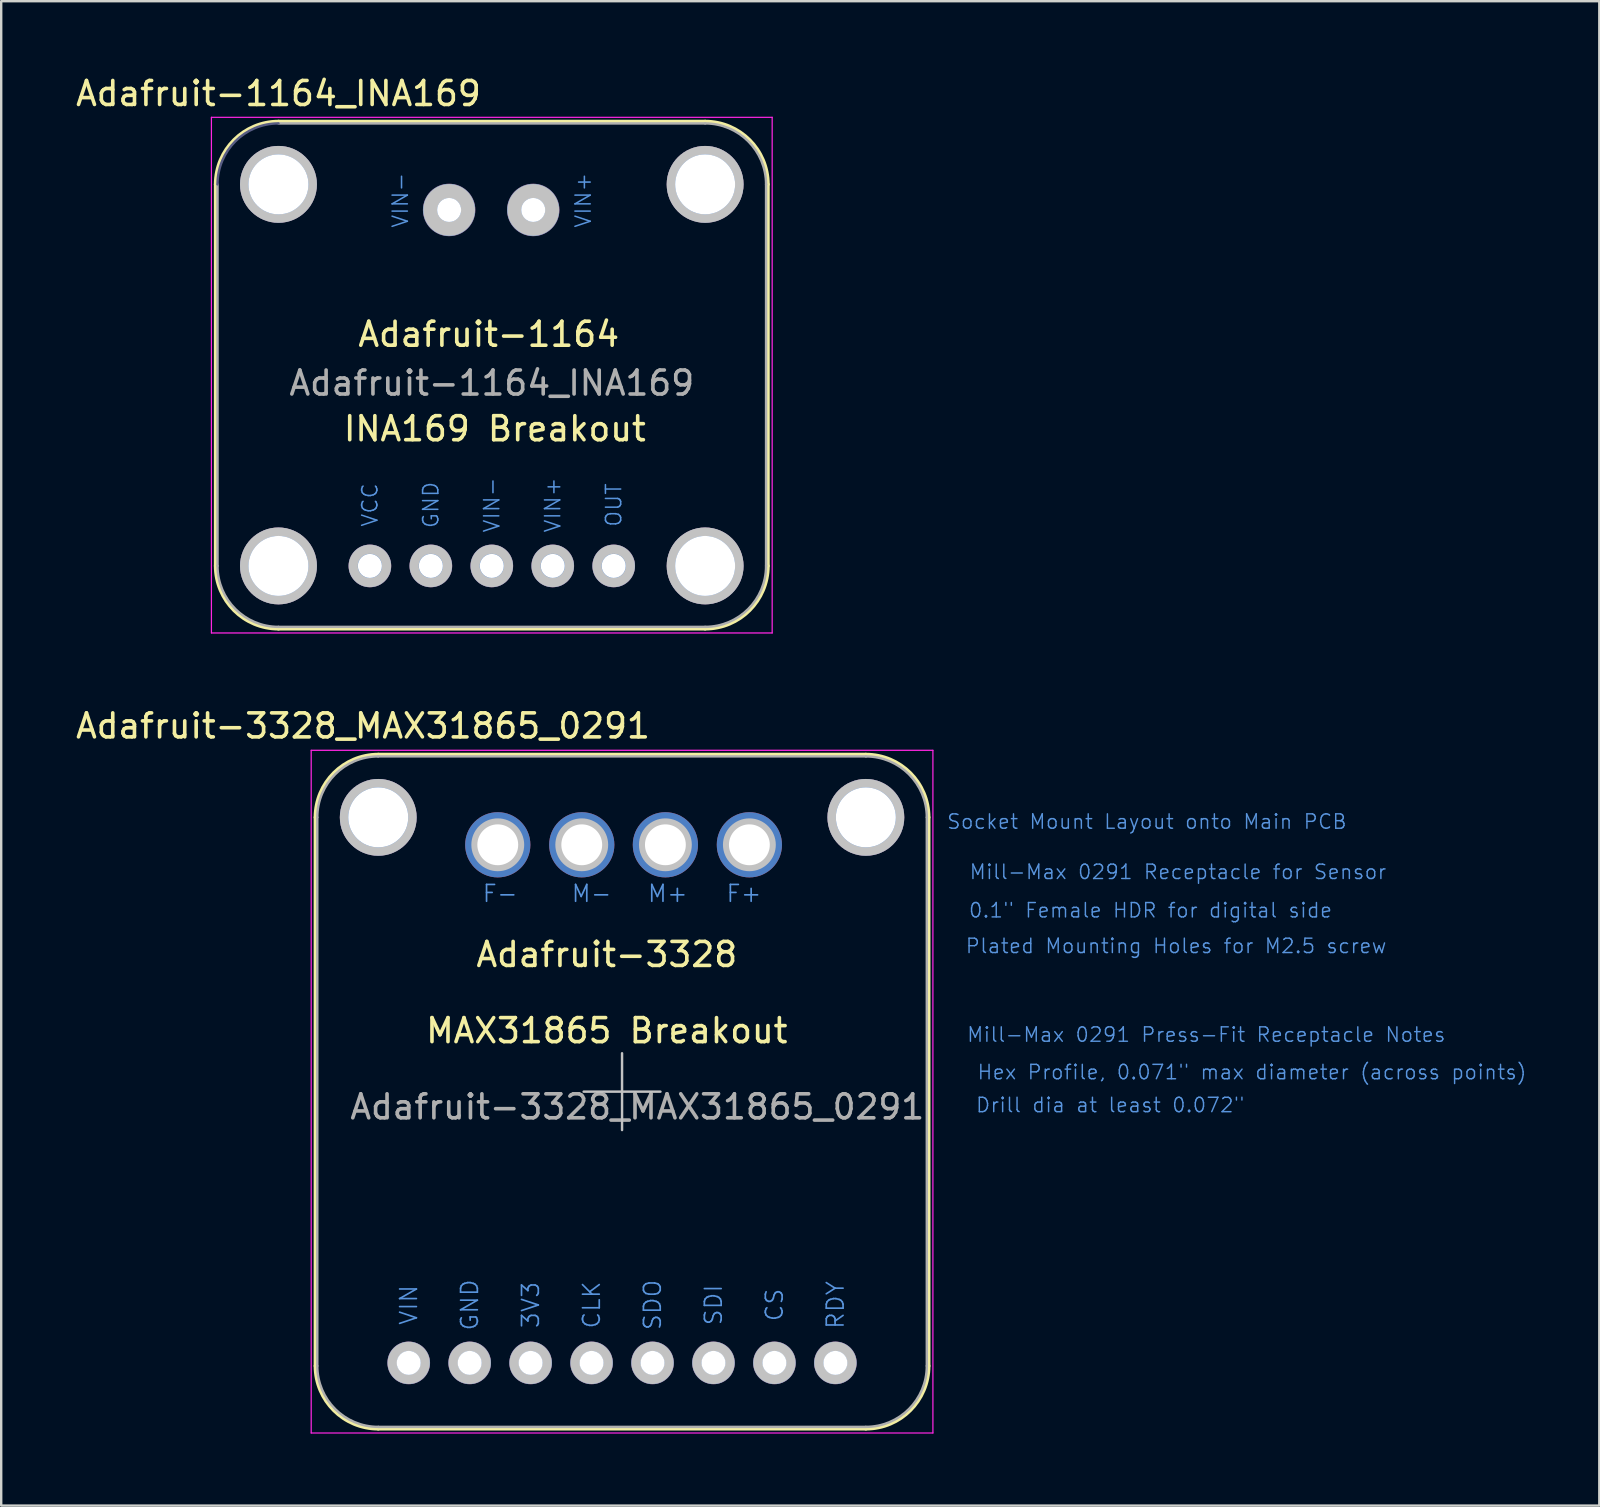
<source format=kicad_pcb>
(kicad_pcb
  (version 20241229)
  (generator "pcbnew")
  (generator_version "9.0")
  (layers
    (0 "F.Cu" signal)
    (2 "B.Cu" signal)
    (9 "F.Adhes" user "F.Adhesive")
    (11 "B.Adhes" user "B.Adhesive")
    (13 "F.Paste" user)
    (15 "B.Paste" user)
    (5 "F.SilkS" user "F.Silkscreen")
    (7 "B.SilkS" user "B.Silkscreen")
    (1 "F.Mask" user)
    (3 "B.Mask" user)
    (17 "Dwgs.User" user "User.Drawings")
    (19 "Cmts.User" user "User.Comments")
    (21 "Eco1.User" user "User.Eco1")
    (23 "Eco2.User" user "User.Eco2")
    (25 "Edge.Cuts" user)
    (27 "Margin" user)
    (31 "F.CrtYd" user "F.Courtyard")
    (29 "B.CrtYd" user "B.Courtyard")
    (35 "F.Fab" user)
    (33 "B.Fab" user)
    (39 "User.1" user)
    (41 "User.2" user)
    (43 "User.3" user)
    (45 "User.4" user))
  (footprint "Adafruit-3328_MAX31865_0291"
    (layer "F.Cu")
    (at 22.872 42.441)
    (property "Reference" "Adafruit-3328_MAX31865_0291" (at 0.635 0.635 0) (layer "F.Fab") (effects (font (size 1 1) (thickness 0.15))))
    (attr through_hole)
    (fp_line (start -12.776 -11.43) (end -12.776 11.43) (stroke (width 0.152) (type solid)) (layer "F.SilkS"))
    (fp_line (start -10.16 -14.046) (end 10.16 -14.046) (stroke (width 0.152) (type solid)) (layer "F.SilkS"))
    (fp_line (start -10.16 14.046) (end 10.16 14.046) (stroke (width 0.152) (type solid)) (layer "F.SilkS"))
    (fp_line (start 12.776 11.43) (end 12.776 -11.43) (stroke (width 0.152) (type solid)) (layer "F.SilkS"))
    (fp_arc (start -12.7762 -11.43) (mid -12.009933 -13.279933) (end -10.16 -14.0462) (stroke (width 0.1524) (type solid)) (layer "F.SilkS"))
    (fp_arc (start -10.16 14.0462) (mid -12.009933 13.279933) (end -12.7762 11.43) (stroke (width 0.1524) (type solid)) (layer "F.SilkS"))
    (fp_arc (start 10.16 -14.0462) (mid 12.009933 -13.279933) (end 12.7762 -11.43) (stroke (width 0.1524) (type solid)) (layer "F.SilkS"))
    (fp_arc (start 12.7762 11.43) (mid 12.009933 13.279933) (end 10.16 14.0462) (stroke (width 0.1524) (type solid)) (layer "F.SilkS"))
    (fp_line (start -1.6 0) (end 1.6 0) (stroke (width 0.102) (type solid)) (layer "Dwgs.User"))
    (fp_line (start 0 -1.6) (end 0 1.6) (stroke (width 0.102) (type solid)) (layer "Dwgs.User"))
    (fp_circle (center -10.16 -11.43) (end -10.16 -10.005) (stroke (width 0.351) (type solid)) (fill no) (layer "Dwgs.User"))
    (fp_circle (center -8.89 11.303) (end -8.89 11.989) (stroke (width 0.389) (type solid)) (fill no) (layer "Dwgs.User"))
    (fp_circle (center -6.35 11.303) (end -6.35 11.989) (stroke (width 0.389) (type solid)) (fill no) (layer "Dwgs.User"))
    (fp_circle (center -5.179 -10.287) (end -4.384 -10.16) (stroke (width 0.592) (type solid)) (fill no) (layer "Dwgs.User"))
    (fp_circle (center -3.81 11.303) (end -3.81 11.989) (stroke (width 0.389) (type solid)) (fill no) (layer "Dwgs.User"))
    (fp_circle (center -1.679 -10.287) (end -0.884 -10.16) (stroke (width 0.592) (type solid)) (fill no) (layer "Dwgs.User"))
    (fp_circle (center -1.27 11.303) (end -1.27 11.989) (stroke (width 0.389) (type solid)) (fill no) (layer "Dwgs.User"))
    (fp_circle (center 1.27 11.303) (end 1.27 11.989) (stroke (width 0.389) (type solid)) (fill no) (layer "Dwgs.User"))
    (fp_circle (center 1.806 -10.287) (end 2.601 -10.16) (stroke (width 0.592) (type solid)) (fill no) (layer "Dwgs.User"))
    (fp_circle (center 3.81 11.303) (end 3.81 11.989) (stroke (width 0.389) (type solid)) (fill no) (layer "Dwgs.User"))
    (fp_circle (center 5.306 -10.287) (end 6.101 -10.16) (stroke (width 0.592) (type solid)) (fill no) (layer "Dwgs.User"))
    (fp_circle (center 6.35 11.303) (end 6.35 11.989) (stroke (width 0.389) (type solid)) (fill no) (layer "Dwgs.User"))
    (fp_circle (center 8.89 11.303) (end 8.89 11.989) (stroke (width 0.389) (type solid)) (fill no) (layer "Dwgs.User"))
    (fp_circle (center 10.16 -11.43) (end 10.16 -10.005) (stroke (width 0.351) (type solid)) (fill no) (layer "Dwgs.User"))
    (fp_line (start -12.954 -14.224) (end -12.954 14.224) (stroke (width 0.051) (type solid)) (layer "F.CrtYd"))
    (fp_line (start -12.954 -14.224) (end 12.954 -14.224) (stroke (width 0.051) (type solid)) (layer "F.CrtYd"))
    (fp_line (start -12.954 14.224) (end 12.954 14.224) (stroke (width 0.051) (type solid)) (layer "F.CrtYd"))
    (fp_line (start 12.954 14.224) (end 12.954 -14.224) (stroke (width 0.051) (type solid)) (layer "F.CrtYd"))
    (fp_line (start -12.7 -11.43) (end -12.7 11.43) (stroke (width 0.102) (type solid)) (layer "F.Fab"))
    (fp_line (start -10.16 -13.97) (end 10.16 -13.97) (stroke (width 0.102) (type solid)) (layer "F.Fab"))
    (fp_line (start -10.16 13.97) (end 10.16 13.97) (stroke (width 0.102) (type solid)) (layer "F.Fab"))
    (fp_line (start 12.7 -11.43) (end 12.7 11.43) (stroke (width 0.102) (type solid)) (layer "F.Fab"))
    (fp_arc (start -12.7 -11.43) (mid -11.956051 -13.226051) (end -10.16 -13.97) (stroke (width 0.1016) (type solid)) (layer "F.Fab"))
    (fp_arc (start -10.16 13.97) (mid -11.956051 13.226051) (end -12.7 11.43) (stroke (width 0.1016) (type solid)) (layer "F.Fab"))
    (fp_arc (start 10.16 -13.97) (mid 11.956051 -13.226051) (end 12.7 -11.43) (stroke (width 0.1016) (type solid)) (layer "F.Fab"))
    (fp_arc (start 12.7 11.43) (mid 11.956051 13.226051) (end 10.16 13.97) (stroke (width 0.1016) (type solid)) (layer "F.Fab"))
    (fp_text user "Adafruit-3328" (at -0.635 -5.715 0) (layer "F.SilkS") (effects (font (size 1 1) (thickness 0.15))))
    (fp_text user "${REFERENCE}" (at -10.795 -15.24 0) (layer "F.SilkS") (effects (font (size 1 1) (thickness 0.15))))
    (fp_text user "MAX31865 Breakout" (at -0.635 -2.54 0) (layer "F.SilkS") (effects (font (size 1 1) (thickness 0.15))))
    (fp_text user "VIN" (at -8.89 8.89 90) (layer "Cmts.User") (effects (font (size 0.7 0.7) (thickness 0.07))))
    (fp_text user "Hex Profile, 0.071\" max diameter (across points)" (at 26.251 -0.813 0) (layer "Cmts.User") (effects (font (size 0.6 0.6) (thickness 0.06))))
    (fp_text user "F+" (at 5.08 -8.255 0) (layer "Cmts.User") (effects (font (size 0.7 0.7) (thickness 0.07))))
    (fp_text user "GND" (at -6.35 8.89 90) (layer "Cmts.User") (effects (font (size 0.7 0.7) (thickness 0.07))))
    (fp_text user "RDY" (at 8.89 8.89 90) (layer "Cmts.User") (effects (font (size 0.7 0.7) (thickness 0.07))))
    (fp_text user "Mill-Max 0291 Press-Fit Receptacle Notes" (at 24.346 -2.375 0) (layer "Cmts.User") (effects (font (size 0.6 0.6) (thickness 0.06))))
    (fp_text user "Plated Mounting Holes for M2.5 screw" (at 23.089 -6.071 0) (layer "Cmts.User") (effects (font (size 0.6 0.6) (thickness 0.06))))
    (fp_text user "SDI" (at 3.81 8.89 90) (layer "Cmts.User") (effects (font (size 0.7 0.7) (thickness 0.07))))
    (fp_text user "SDO" (at 1.27 8.89 90) (layer "Cmts.User") (effects (font (size 0.7 0.7) (thickness 0.07))))
    (fp_text user "M+" (at 1.905 -8.255 0) (layer "Cmts.User") (effects (font (size 0.7 0.7) (thickness 0.07))))
    (fp_text user "Mill-Max 0291 Receptacle for Sensor" (at 23.165 -9.157 0) (layer "Cmts.User") (effects (font (size 0.6 0.6) (thickness 0.06))))
    (fp_text user "Drill dia at least 0.072\" " (at 20.574 0.559 0) (layer "Cmts.User") (effects (font (size 0.6 0.6) (thickness 0.06))))
    (fp_text user "F-" (at -5.08 -8.255 0) (layer "Cmts.User") (effects (font (size 0.7 0.7) (thickness 0.07))))
    (fp_text user "Socket Mount Layout onto Main PCB" (at 21.869 -11.252 0) (layer "Cmts.User") (effects (font (size 0.6 0.6) (thickness 0.06))))
    (fp_text user "M-" (at -1.27 -8.255 0) (layer "Cmts.User") (effects (font (size 0.7 0.7) (thickness 0.07))))
    (fp_text user "0.1\" Female HDR for digital side" (at 22.022 -7.556 0) (layer "Cmts.User") (effects (font (size 0.6 0.6) (thickness 0.06))))
    (fp_text user "CS" (at 6.35 8.89 90) (layer "Cmts.User") (effects (font (size 0.7 0.7) (thickness 0.07))))
    (fp_text user "3V3" (at -3.81 8.89 90) (layer "Cmts.User") (effects (font (size 0.7 0.7) (thickness 0.07))))
    (fp_text user "CLK" (at -1.27 8.89 90) (layer "Cmts.User") (effects (font (size 0.7 0.7) (thickness 0.07))))
    (fp_text user "${REFERENCE}" (at 0 5.715 0) (layer "Eco1.User") (effects (font (size 0.762 0.762) (thickness 0.076))))
    (pad "1" thru_hole circle (at -8.89 11.303) (size 1.778 1.778) (drill 1.001) (layers "*.Cu" "*.Mask"))
    (pad "2" thru_hole circle (at -6.35 11.303) (size 1.778 1.778) (drill 1.001) (layers "*.Cu" "*.Mask"))
    (pad "3" thru_hole circle (at -3.81 11.303) (size 1.778 1.778) (drill 1.001) (layers "*.Cu" "*.Mask"))
    (pad "4" thru_hole circle (at -1.27 11.303) (size 1.778 1.778) (drill 1.001) (layers "*.Cu" "*.Mask"))
    (pad "5" thru_hole circle (at 1.27 11.303) (size 1.778 1.778) (drill 1.001) (layers "*.Cu" "*.Mask"))
    (pad "6" thru_hole circle (at 3.81 11.303) (size 1.778 1.778) (drill 1.001) (layers "*.Cu" "*.Mask"))
    (pad "7" thru_hole circle (at 6.35 11.303) (size 1.778 1.778) (drill 1.001) (layers "*.Cu" "*.Mask"))
    (pad "8" thru_hole circle (at 8.89 11.303) (size 1.778 1.778) (drill 1.001) (layers "*.Cu" "*.Mask"))
    (pad "9" thru_hole circle (at 5.306 -10.287) (size 2.718 2.718) (drill 1.702) (layers "*.Cu" "*.Mask"))
    (pad "10" thru_hole circle (at 1.806 -10.287) (size 2.718 2.718) (drill 1.702) (layers "*.Cu" "*.Mask"))
    (pad "11" thru_hole circle (at -1.679 -10.287) (size 2.718 2.718) (drill 1.702) (layers "*.Cu" "*.Mask"))
    (pad "12" thru_hole circle (at -5.179 -10.287) (size 2.718 2.718) (drill 1.702) (layers "*.Cu" "*.Mask"))
    (pad "H1" thru_hole circle (at 10.16 -11.43) (size 3.2 3.2) (drill 2.499) (layers "*.Cu" "*.Mask"))
    (pad "H2" thru_hole circle (at -10.16 -11.43) (size 3.2 3.2) (drill 2.499) (layers "*.Cu" "*.Mask")))
  (footprint "Adafruit-1164_INA169"
    (layer "F.Cu")
    (at 12.364 20.533)
    (property "Reference" "Adafruit-1164_INA169" (at 5.08 -7.62 0) (layer "F.Fab") (effects (font (size 1 1) (thickness 0.15))))
    (attr through_hole)
    (fp_line (start -6.426 0) (end -6.426 -15.9) (stroke (width 0.152) (type solid)) (layer "F.SilkS"))
    (fp_line (start -3.81 -18.517) (end 13.97 -18.517) (stroke (width 0.152) (type solid)) (layer "F.SilkS"))
    (fp_line (start -3.81 2.616) (end 13.97 2.616) (stroke (width 0.152) (type solid)) (layer "F.SilkS"))
    (fp_line (start 16.586 -15.9) (end 16.586 0) (stroke (width 0.152) (type solid)) (layer "F.SilkS"))
    (fp_arc (start -6.4262 -15.9004) (mid -5.659933 -17.750333) (end -3.81 -18.5166) (stroke (width 0.1524) (type solid)) (layer "F.SilkS"))
    (fp_arc (start -3.81 2.6162) (mid -5.659933 1.849933) (end -6.4262 0) (stroke (width 0.1524) (type solid)) (layer "F.SilkS"))
    (fp_arc (start 13.97 -18.5166) (mid 15.819933 -17.750333) (end 16.5862 -15.9004) (stroke (width 0.1524) (type solid)) (layer "F.SilkS"))
    (fp_arc (start 16.5862 0) (mid 15.819933 1.849933) (end 13.97 2.6162) (stroke (width 0.1524) (type solid)) (layer "F.SilkS"))
    (fp_circle (center -3.81 -15.9) (end -2.385 -15.9) (stroke (width 0.356) (type solid)) (fill no) (layer "Dwgs.User"))
    (fp_circle (center -3.81 0) (end -2.385 0) (stroke (width 0.356) (type solid)) (fill no) (layer "Dwgs.User"))
    (fp_circle (center 0 0) (end 0 -0.694) (stroke (width 0.381) (type solid)) (fill no) (layer "Dwgs.User"))
    (fp_circle (center 2.54 0) (end 2.54 -0.694) (stroke (width 0.381) (type solid)) (fill no) (layer "Dwgs.User"))
    (fp_circle (center 3.302 -14.834) (end 3.302 -15.621) (stroke (width 0.584) (type solid)) (fill no) (layer "Dwgs.User"))
    (fp_circle (center 5.08 0) (end 5.08 -0.694) (stroke (width 0.381) (type solid)) (fill no) (layer "Dwgs.User"))
    (fp_circle (center 6.807 -14.834) (end 6.807 -15.621) (stroke (width 0.584) (type solid)) (fill no) (layer "Dwgs.User"))
    (fp_circle (center 7.62 0) (end 7.62 -0.694) (stroke (width 0.381) (type solid)) (fill no) (layer "Dwgs.User"))
    (fp_circle (center 10.16 0) (end 10.16 -0.694) (stroke (width 0.381) (type solid)) (fill no) (layer "Dwgs.User"))
    (fp_circle (center 13.97 -15.9) (end 15.395 -15.9) (stroke (width 0.356) (type solid)) (fill no) (layer "Dwgs.User"))
    (fp_circle (center 13.97 0) (end 15.395 0) (stroke (width 0.356) (type solid)) (fill no) (layer "Dwgs.User"))
    (fp_line (start -6.604 -18.694) (end 16.764 -18.694) (stroke (width 0.051) (type solid)) (layer "F.CrtYd"))
    (fp_line (start -6.604 2.794) (end -6.604 -18.694) (stroke (width 0.051) (type solid)) (layer "F.CrtYd"))
    (fp_line (start -6.604 2.794) (end 16.764 2.794) (stroke (width 0.051) (type solid)) (layer "F.CrtYd"))
    (fp_line (start 16.764 -18.694) (end 16.764 2.794) (stroke (width 0.051) (type solid)) (layer "F.CrtYd"))
    (fp_arc (start -6.35 -15.9004) (mid -5.606051 -17.696451) (end -3.81 -18.4404) (stroke (width 0.1016) (type solid)) (layer "B.Fab"))
    (fp_line (start -6.35 0) (end -6.35 -15.9) (stroke (width 0.102) (type solid)) (layer "F.Fab"))
    (fp_line (start -3.81 -18.44) (end 13.97 -18.44) (stroke (width 0.102) (type solid)) (layer "F.Fab"))
    (fp_line (start -3.81 2.54) (end 13.97 2.54) (stroke (width 0.102) (type solid)) (layer "F.Fab"))
    (fp_line (start 16.51 -15.9) (end 16.51 0) (stroke (width 0.102) (type solid)) (layer "F.Fab"))
    (fp_arc (start -3.81 2.54) (mid -5.606051 1.796051) (end -6.35 0) (stroke (width 0.1016) (type solid)) (layer "F.Fab"))
    (fp_arc (start 13.97 -18.4404) (mid 15.766051 -17.696451) (end 16.51 -15.9004) (stroke (width 0.1016) (type solid)) (layer "F.Fab"))
    (fp_arc (start 16.51 0) (mid 15.766051 1.796051) (end 13.97 2.54) (stroke (width 0.1016) (type solid)) (layer "F.Fab"))
    (fp_text user "Adafruit-1164" (at 4.953 -9.652 0) (layer "F.SilkS") (effects (font (size 1 1) (thickness 0.15))))
    (fp_text user "${REFERENCE}" (at -3.81 -19.685 0) (layer "F.SilkS") (effects (font (size 1 1) (thickness 0.15))))
    (fp_text user "INA169 Breakout" (at 5.207 -5.715 0) (layer "F.SilkS") (effects (font (size 1 1) (thickness 0.15))))
    (fp_text user "OUT" (at 10.16 -2.54 90) (layer "Cmts.User") (effects (font (size 0.635 0.635) (thickness 0.064))))
    (fp_text user "VCC" (at 0 -2.54 90) (layer "Cmts.User") (effects (font (size 0.635 0.635) (thickness 0.064))))
    (fp_text user "GND" (at 2.54 -2.54 90) (layer "Cmts.User") (effects (font (size 0.635 0.635) (thickness 0.064))))
    (fp_text user "VIN+" (at 7.62 -2.54 90) (layer "Cmts.User") (effects (font (size 0.635 0.635) (thickness 0.064))))
    (fp_text user "VIN-" (at 5.08 -2.54 90) (layer "Cmts.User") (effects (font (size 0.635 0.635) (thickness 0.064))))
    (fp_text user "VIN+" (at 8.89 -15.24 90) (layer "Cmts.User") (effects (font (size 0.635 0.635) (thickness 0.064))))
    (fp_text user "VIN-" (at 1.27 -15.24 90) (layer "Cmts.User") (effects (font (size 0.635 0.635) (thickness 0.064))))
    (fp_text user "${REFERENCE}" (at -1.27 -17.145 0) (layer "Eco1.User") (effects (font (size 0.508 0.508) (thickness 0.051))))
    (pad "1" thru_hole circle (at 0 0) (size 1.778 1.778) (drill 1.001) (layers "*.Cu" "*.Mask"))
    (pad "2" thru_hole circle (at 2.54 0) (size 1.778 1.778) (drill 1.001) (layers "*.Cu" "*.Mask"))
    (pad "3" thru_hole circle (at 5.08 0) (size 1.778 1.778) (drill 1.001) (layers "*.Cu" "*.Mask"))
    (pad "4" thru_hole circle (at 7.62 0) (size 1.778 1.778) (drill 1.001) (layers "*.Cu" "*.Mask"))
    (pad "5" thru_hole circle (at 10.16 0) (size 1.778 1.778) (drill 1.001) (layers "*.Cu" "*.Mask"))
    (pad "6" thru_hole circle (at 6.807 -14.834) (size 2.184 2.184) (drill 1.001) (layers "*.Cu" "*.Mask"))
    (pad "7" thru_hole circle (at 3.302 -14.834) (size 2.184 2.184) (drill 1.001) (layers "*.Cu" "*.Mask"))
    (pad "H1" thru_hole circle (at -3.81 0) (size 3.2 3.2) (drill 2.499) (layers "*.Cu" "*.Mask"))
    (pad "H2" thru_hole circle (at 13.97 0) (size 3.2 3.2) (drill 2.499) (layers "*.Cu" "*.Mask"))
    (pad "H3" thru_hole circle (at 13.97 -15.9) (size 3.2 3.2) (drill 2.499) (layers "*.Cu" "*.Mask"))
    (pad "H4" thru_hole circle (at -3.81 -15.9) (size 3.2 3.2) (drill 2.499) (layers "*.Cu" "*.Mask")))
  (gr_rect
    (start -3 -3)
    (end 63.596 59.69)
    (stroke (width 0.1) (type default))
    (fill no)
    (layer "Edge.Cuts")))
</source>
